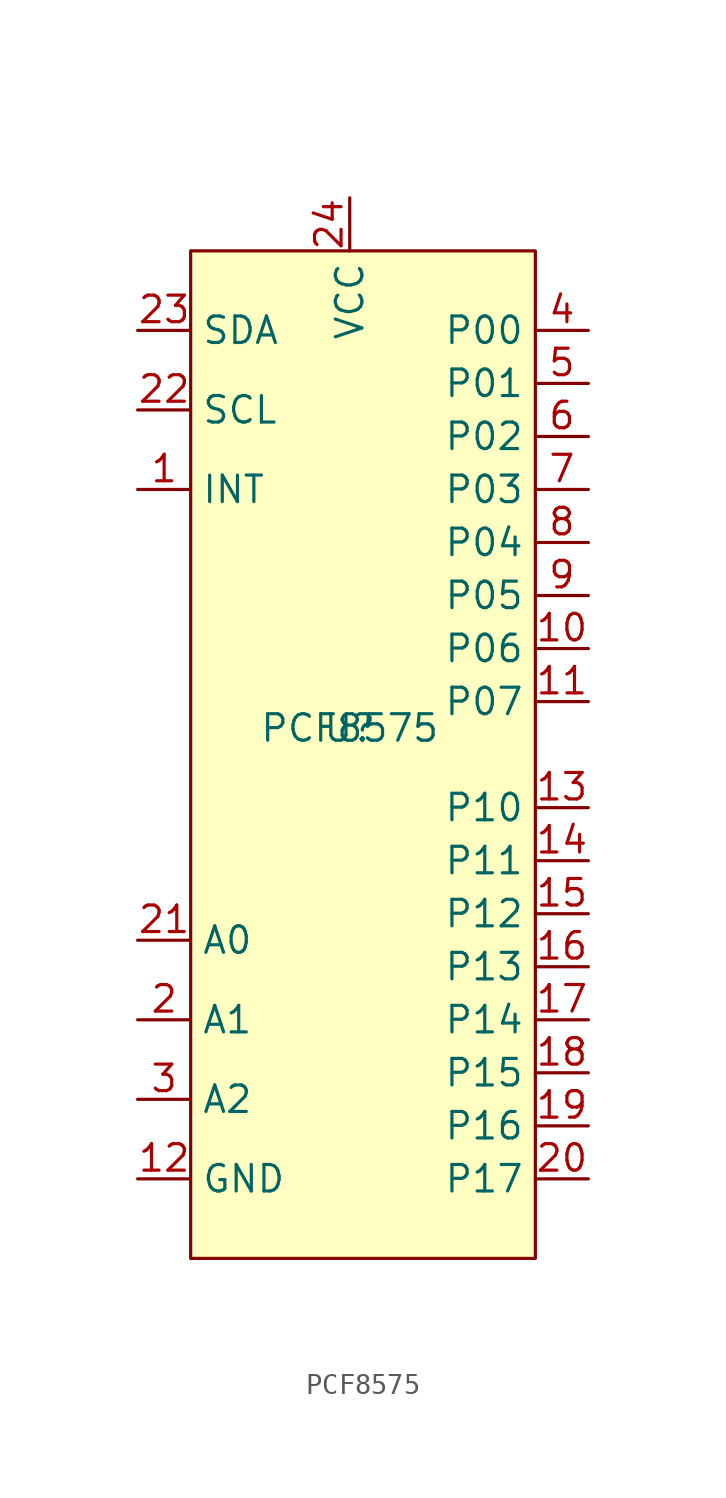
<source format=kicad_sym>
(kicad_symbol_lib
  (version 20231120)
  (generator "kicad_symbol_editor")
  (generator_version "8.0")
  (symbol "PCF8575"
    (property "Reference" "U"
      (at 0 0 0)
      (effects (font (size 1.27 1.27))))
    (property "Value" "PCF8575"
      (at 0 0 0)
      (effects (font (size 1.27 1.27))))
    (symbol "PCF8575_0_1"
      (rectangle (start -7.62 22.86) (end 8.89 -25.4) (stroke (width 0) (type default)) (fill (type background))))
    (symbol "PCF8575_1_1"
      (pin bidirectional line (at -10.16 11.43 0) (length 2.54) (name "INT" (effects (font (size 1.27 1.27)))) (number "1" (effects (font (size 1.27 1.27)))))
      (pin bidirectional line (at 11.43 3.81 180) (length 2.54) (name "P06" (effects (font (size 1.27 1.27)))) (number "10" (effects (font (size 1.27 1.27)))))
      (pin bidirectional line (at 11.43 1.27 180) (length 2.54) (name "P07" (effects (font (size 1.27 1.27)))) (number "11" (effects (font (size 1.27 1.27)))))
      (pin input line (at -10.16 -21.59 0) (length 2.54) (name "GND" (effects (font (size 1.27 1.27)))) (number "12" (effects (font (size 1.27 1.27)))))
      (pin bidirectional line (at 11.43 -3.81 180) (length 2.54) (name "P10" (effects (font (size 1.27 1.27)))) (number "13" (effects (font (size 1.27 1.27)))))
      (pin bidirectional line (at 11.43 -6.35 180) (length 2.54) (name "P11" (effects (font (size 1.27 1.27)))) (number "14" (effects (font (size 1.27 1.27)))))
      (pin bidirectional line (at 11.43 -8.89 180) (length 2.54) (name "P12" (effects (font (size 1.27 1.27)))) (number "15" (effects (font (size 1.27 1.27)))))
      (pin bidirectional line (at 11.43 -11.43 180) (length 2.54) (name "P13" (effects (font (size 1.27 1.27)))) (number "16" (effects (font (size 1.27 1.27)))))
      (pin bidirectional line (at 11.43 -13.97 180) (length 2.54) (name "P14" (effects (font (size 1.27 1.27)))) (number "17" (effects (font (size 1.27 1.27)))))
      (pin bidirectional line (at 11.43 -16.51 180) (length 2.54) (name "P15" (effects (font (size 1.27 1.27)))) (number "18" (effects (font (size 1.27 1.27)))))
      (pin bidirectional line (at 11.43 -19.05 180) (length 2.54) (name "P16" (effects (font (size 1.27 1.27)))) (number "19" (effects (font (size 1.27 1.27)))))
      (pin input line (at -10.16 -13.97 0) (length 2.54) (name "A1" (effects (font (size 1.27 1.27)))) (number "2" (effects (font (size 1.27 1.27)))))
      (pin bidirectional line (at 11.43 -21.59 180) (length 2.54) (name "P17" (effects (font (size 1.27 1.27)))) (number "20" (effects (font (size 1.27 1.27)))))
      (pin input line (at -10.16 -10.16 0) (length 2.54) (name "A0" (effects (font (size 1.27 1.27)))) (number "21" (effects (font (size 1.27 1.27)))))
      (pin bidirectional line (at -10.16 15.24 0) (length 2.54) (name "SCL" (effects (font (size 1.27 1.27)))) (number "22" (effects (font (size 1.27 1.27)))))
      (pin bidirectional line (at -10.16 19.05 0) (length 2.54) (name "SDA" (effects (font (size 1.27 1.27)))) (number "23" (effects (font (size 1.27 1.27)))))
      (pin input line (at 0 25.4 270) (length 2.54) (name "VCC" (effects (font (size 1.27 1.27)))) (number "24" (effects (font (size 1.27 1.27)))))
      (pin input line (at -10.16 -17.78 0) (length 2.54) (name "A2" (effects (font (size 1.27 1.27)))) (number "3" (effects (font (size 1.27 1.27)))))
      (pin bidirectional line (at 11.43 19.05 180) (length 2.54) (name "P00" (effects (font (size 1.27 1.27)))) (number "4" (effects (font (size 1.27 1.27)))))
      (pin bidirectional line (at 11.43 16.51 180) (length 2.54) (name "P01" (effects (font (size 1.27 1.27)))) (number "5" (effects (font (size 1.27 1.27)))))
      (pin bidirectional line (at 11.43 13.97 180) (length 2.54) (name "P02" (effects (font (size 1.27 1.27)))) (number "6" (effects (font (size 1.27 1.27)))))
      (pin bidirectional line (at 11.43 11.43 180) (length 2.54) (name "P03" (effects (font (size 1.27 1.27)))) (number "7" (effects (font (size 1.27 1.27)))))
      (pin bidirectional line (at 11.43 8.89 180) (length 2.54) (name "P04" (effects (font (size 1.27 1.27)))) (number "8" (effects (font (size 1.27 1.27)))))
      (pin bidirectional line (at 11.43 6.35 180) (length 2.54) (name "P05" (effects (font (size 1.27 1.27)))) (number "9" (effects (font (size 1.27 1.27))))))))
</source>
